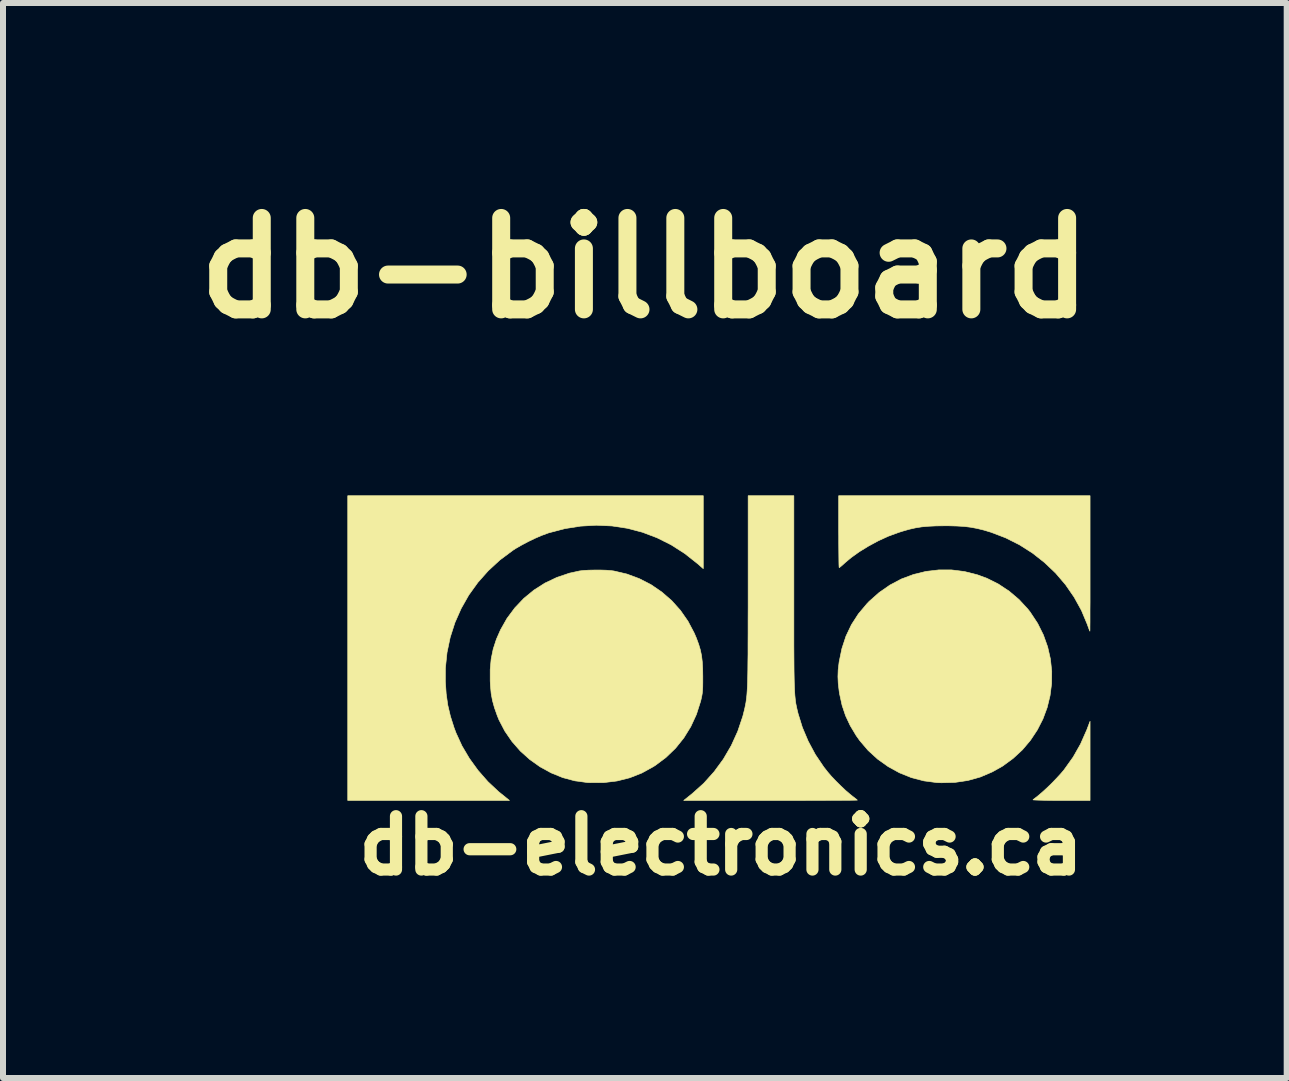
<source format=kicad_pcb>
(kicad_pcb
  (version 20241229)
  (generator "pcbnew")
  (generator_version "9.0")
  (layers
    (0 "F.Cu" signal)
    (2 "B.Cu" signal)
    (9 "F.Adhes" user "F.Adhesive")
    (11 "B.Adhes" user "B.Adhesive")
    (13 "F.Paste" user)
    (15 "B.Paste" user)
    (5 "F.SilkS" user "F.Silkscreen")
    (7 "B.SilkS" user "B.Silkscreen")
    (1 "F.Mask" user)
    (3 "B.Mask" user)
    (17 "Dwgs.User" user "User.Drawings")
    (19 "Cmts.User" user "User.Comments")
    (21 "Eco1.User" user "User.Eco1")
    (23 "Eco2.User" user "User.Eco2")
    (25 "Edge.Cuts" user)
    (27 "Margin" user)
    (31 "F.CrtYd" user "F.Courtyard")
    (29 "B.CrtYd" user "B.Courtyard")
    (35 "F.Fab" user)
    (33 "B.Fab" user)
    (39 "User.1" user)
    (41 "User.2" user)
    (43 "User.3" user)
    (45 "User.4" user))
  (footprint "db-billboard"
    (layer "F.Cu")
    (at 8.97 7.768)
    (property "Reference" "db-billboard" (at -1.27 -6.35 0) (layer "F.SilkS") (effects (font (size 1.524 1.524) (thickness 0.3))))
    (attr through_hole)
    (fp_poly (pts (xy 6.152 1.866) (xy 6.152 2.526) (xy 5.67 2.526) (xy 5.557 2.526) (xy 5.454 2.525) (xy 5.365 2.523) (xy 5.292 2.521) (xy 5.238 2.519) (xy 5.207 2.517) (xy 5.201 2.515) (xy 5.218 2.5) (xy 5.251 2.475) (xy 5.285 2.448) (xy 5.35 2.393) (xy 5.427 2.323) (xy 5.509 2.244) (xy 5.589 2.161) (xy 5.661 2.083) (xy 5.719 2.015) (xy 5.722 2.01) (xy 5.87 1.803) (xy 5.993 1.586) (xy 6.096 1.353) (xy 6.098 1.348) (xy 6.152 1.206) (xy 6.152 1.866)) (stroke (width 0.01) (type solid)) (fill yes) (layer "F.SilkS"))
    (fp_poly (pts (xy -0.296 -1.338) (xy -0.392 -1.422) (xy -0.606 -1.591) (xy -0.831 -1.735) (xy -1.067 -1.853) (xy -1.31 -1.945) (xy -1.561 -2.011) (xy -1.817 -2.05) (xy -2.078 -2.062) (xy -2.342 -2.047) (xy -2.607 -2.005) (xy -2.872 -1.935) (xy -2.9 -1.925) (xy -2.995 -1.89) (xy -3.103 -1.843) (xy -3.217 -1.788) (xy -3.328 -1.729) (xy -3.427 -1.672) (xy -3.471 -1.643) (xy -3.687 -1.482) (xy -3.881 -1.303) (xy -4.054 -1.108) (xy -4.205 -0.898) (xy -4.332 -0.674) (xy -4.436 -0.439) (xy -4.515 -0.193) (xy -4.568 0.06) (xy -4.595 0.321) (xy -4.596 0.541) (xy -4.582 0.747) (xy -4.555 0.938) (xy -4.511 1.124) (xy -4.45 1.315) (xy -4.418 1.4) (xy -4.319 1.616) (xy -4.195 1.826) (xy -4.05 2.026) (xy -3.887 2.212) (xy -3.709 2.379) (xy -3.668 2.412) (xy -3.527 2.526) (xy -6.223 2.526) (xy -6.223 -2.554) (xy -0.296 -2.554) (xy -0.296 -1.338)) (stroke (width 0.01) (type solid)) (fill yes) (layer "F.SilkS"))
    (fp_poly (pts (xy 3.843 -1.317) (xy 4.059 -1.29) (xy 4.273 -1.236) (xy 4.433 -1.177) (xy 4.623 -1.082) (xy 4.804 -0.962) (xy 4.969 -0.822) (xy 5.115 -0.664) (xy 5.156 -0.611) (xy 5.278 -0.426) (xy 5.374 -0.233) (xy 5.445 -0.034) (xy 5.491 0.168) (xy 5.513 0.373) (xy 5.511 0.577) (xy 5.485 0.779) (xy 5.437 0.977) (xy 5.366 1.168) (xy 5.273 1.35) (xy 5.159 1.522) (xy 5.024 1.682) (xy 4.868 1.826) (xy 4.693 1.954) (xy 4.522 2.05) (xy 4.323 2.135) (xy 4.116 2.193) (xy 3.9 2.225) (xy 3.675 2.231) (xy 3.596 2.228) (xy 3.383 2.2) (xy 3.175 2.146) (xy 2.976 2.066) (xy 2.788 1.963) (xy 2.612 1.838) (xy 2.453 1.693) (xy 2.313 1.529) (xy 2.254 1.446) (xy 2.154 1.279) (xy 2.076 1.113) (xy 2.018 0.94) (xy 1.977 0.752) (xy 1.969 0.701) (xy 1.954 0.575) (xy 1.949 0.462) (xy 1.953 0.349) (xy 1.968 0.224) (xy 1.969 0.216) (xy 2.015 -0.006) (xy 2.083 -0.213) (xy 2.174 -0.404) (xy 2.29 -0.584) (xy 2.432 -0.753) (xy 2.469 -0.792) (xy 2.636 -0.94) (xy 2.816 -1.065) (xy 3.007 -1.166) (xy 3.208 -1.241) (xy 3.416 -1.292) (xy 3.628 -1.317) (xy 3.843 -1.317)) (stroke (width 0.01) (type solid)) (fill yes) (layer "F.SilkS"))
    (fp_poly (pts (xy 6.152 -1.425) (xy 6.152 -1.249) (xy 6.152 -1.082) (xy 6.152 -0.925) (xy 6.152 -0.781) (xy 6.151 -0.651) (xy 6.151 -0.539) (xy 6.151 -0.445) (xy 6.15 -0.372) (xy 6.15 -0.323) (xy 6.149 -0.299) (xy 6.149 -0.296) (xy 6.143 -0.309) (xy 6.13 -0.342) (xy 6.113 -0.389) (xy 6.106 -0.409) (xy 6.009 -0.641) (xy 5.887 -0.862) (xy 5.743 -1.071) (xy 5.578 -1.264) (xy 5.393 -1.44) (xy 5.192 -1.598) (xy 4.975 -1.736) (xy 4.744 -1.852) (xy 4.503 -1.944) (xy 4.5 -1.945) (xy 4.381 -1.981) (xy 4.271 -2.008) (xy 4.165 -2.028) (xy 4.054 -2.042) (xy 3.932 -2.049) (xy 3.792 -2.053) (xy 3.732 -2.053) (xy 3.585 -2.051) (xy 3.459 -2.045) (xy 3.346 -2.035) (xy 3.241 -2.018) (xy 3.135 -1.994) (xy 3.021 -1.961) (xy 2.952 -1.939) (xy 2.789 -1.879) (xy 2.623 -1.803) (xy 2.46 -1.715) (xy 2.305 -1.62) (xy 2.167 -1.521) (xy 2.072 -1.441) (xy 2.03 -1.403) (xy 1.995 -1.373) (xy 1.974 -1.357) (xy 1.97 -1.355) (xy 1.968 -1.368) (xy 1.966 -1.407) (xy 1.965 -1.469) (xy 1.964 -1.55) (xy 1.963 -1.647) (xy 1.962 -1.758) (xy 1.962 -1.88) (xy 1.961 -1.954) (xy 1.961 -2.554) (xy 6.152 -2.554) (xy 6.152 -1.425)) (stroke (width 0.01) (type solid)) (fill yes) (layer "F.SilkS"))
    (fp_poly (pts (xy -2.006 -1.315) (xy -1.911 -1.312) (xy -1.83 -1.305) (xy -1.79 -1.3) (xy -1.571 -1.249) (xy -1.363 -1.172) (xy -1.168 -1.072) (xy -0.988 -0.949) (xy -0.823 -0.806) (xy -0.677 -0.643) (xy -0.551 -0.462) (xy -0.447 -0.265) (xy -0.411 -0.181) (xy -0.373 -0.078) (xy -0.345 0.016) (xy -0.325 0.111) (xy -0.313 0.211) (xy -0.306 0.326) (xy -0.304 0.459) (xy -0.304 0.556) (xy -0.305 0.631) (xy -0.308 0.691) (xy -0.313 0.741) (xy -0.321 0.788) (xy -0.332 0.838) (xy -0.341 0.875) (xy -0.41 1.091) (xy -0.504 1.295) (xy -0.62 1.483) (xy -0.758 1.655) (xy -0.918 1.809) (xy -1.097 1.943) (xy -1.129 1.963) (xy -1.321 2.069) (xy -1.522 2.148) (xy -1.732 2.201) (xy -1.952 2.228) (xy -2.184 2.229) (xy -2.23 2.227) (xy -2.437 2.199) (xy -2.639 2.145) (xy -2.833 2.066) (xy -3.017 1.965) (xy -3.189 1.843) (xy -3.346 1.702) (xy -3.485 1.543) (xy -3.604 1.37) (xy -3.702 1.182) (xy -3.731 1.11) (xy -3.777 0.98) (xy -3.81 0.861) (xy -3.832 0.742) (xy -3.844 0.612) (xy -3.848 0.534) (xy -3.848 0.342) (xy -3.832 0.167) (xy -3.798 0.002) (xy -3.745 -0.161) (xy -3.676 -0.318) (xy -3.568 -0.509) (xy -3.437 -0.685) (xy -3.287 -0.843) (xy -3.119 -0.981) (xy -2.935 -1.098) (xy -2.737 -1.192) (xy -2.527 -1.263) (xy -2.359 -1.3) (xy -2.291 -1.308) (xy -2.205 -1.313) (xy -2.106 -1.315) (xy -2.006 -1.315)) (stroke (width 0.01) (type solid)) (fill yes) (layer "F.SilkS"))
    (fp_poly (pts (xy 1.214 -0.935) (xy 1.214 -0.678) (xy 1.214 -0.448) (xy 1.214 -0.243) (xy 1.214 -0.061) (xy 1.215 0.1) (xy 1.216 0.241) (xy 1.217 0.365) (xy 1.219 0.472) (xy 1.221 0.564) (xy 1.224 0.644) (xy 1.227 0.713) (xy 1.231 0.772) (xy 1.236 0.824) (xy 1.241 0.869) (xy 1.247 0.911) (xy 1.255 0.95) (xy 1.263 0.988) (xy 1.272 1.027) (xy 1.282 1.068) (xy 1.284 1.076) (xy 1.356 1.309) (xy 1.453 1.538) (xy 1.572 1.76) (xy 1.713 1.969) (xy 1.779 2.053) (xy 1.84 2.124) (xy 1.914 2.202) (xy 1.995 2.282) (xy 2.075 2.358) (xy 2.149 2.421) (xy 2.191 2.455) (xy 2.23 2.485) (xy 2.259 2.508) (xy 2.272 2.52) (xy 2.272 2.521) (xy 2.258 2.521) (xy 2.218 2.522) (xy 2.153 2.523) (xy 2.066 2.523) (xy 1.958 2.524) (xy 1.831 2.524) (xy 1.687 2.525) (xy 1.528 2.525) (xy 1.356 2.526) (xy 1.172 2.526) (xy 0.978 2.526) (xy 0.825 2.526) (xy -0.622 2.526) (xy -0.481 2.413) (xy -0.288 2.24) (xy -0.115 2.047) (xy 0.039 1.837) (xy 0.171 1.611) (xy 0.279 1.373) (xy 0.363 1.123) (xy 0.39 1.016) (xy 0.399 0.976) (xy 0.407 0.936) (xy 0.415 0.896) (xy 0.421 0.854) (xy 0.427 0.807) (xy 0.432 0.755) (xy 0.436 0.695) (xy 0.44 0.627) (xy 0.443 0.547) (xy 0.445 0.454) (xy 0.447 0.347) (xy 0.448 0.225) (xy 0.45 0.084) (xy 0.45 -0.076) (xy 0.451 -0.257) (xy 0.451 -0.461) (xy 0.452 -0.69) (xy 0.452 -0.945) (xy 0.452 -2.554) (xy 1.214 -2.554) (xy 1.214 -0.935)) (stroke (width 0.01) (type solid)) (fill yes) (layer "F.SilkS"))
    (fp_text user "db-electronics.ca" (at 0 3.277 0) (layer "F.SilkS") (effects (font (size 0.889 0.889) (thickness 0.203)))))
  (gr_rect
    (start -3 -3)
    (end 18.4 14.921)
    (stroke (width 0.1) (type default))
    (fill no)
    (layer "Edge.Cuts")))
</source>
